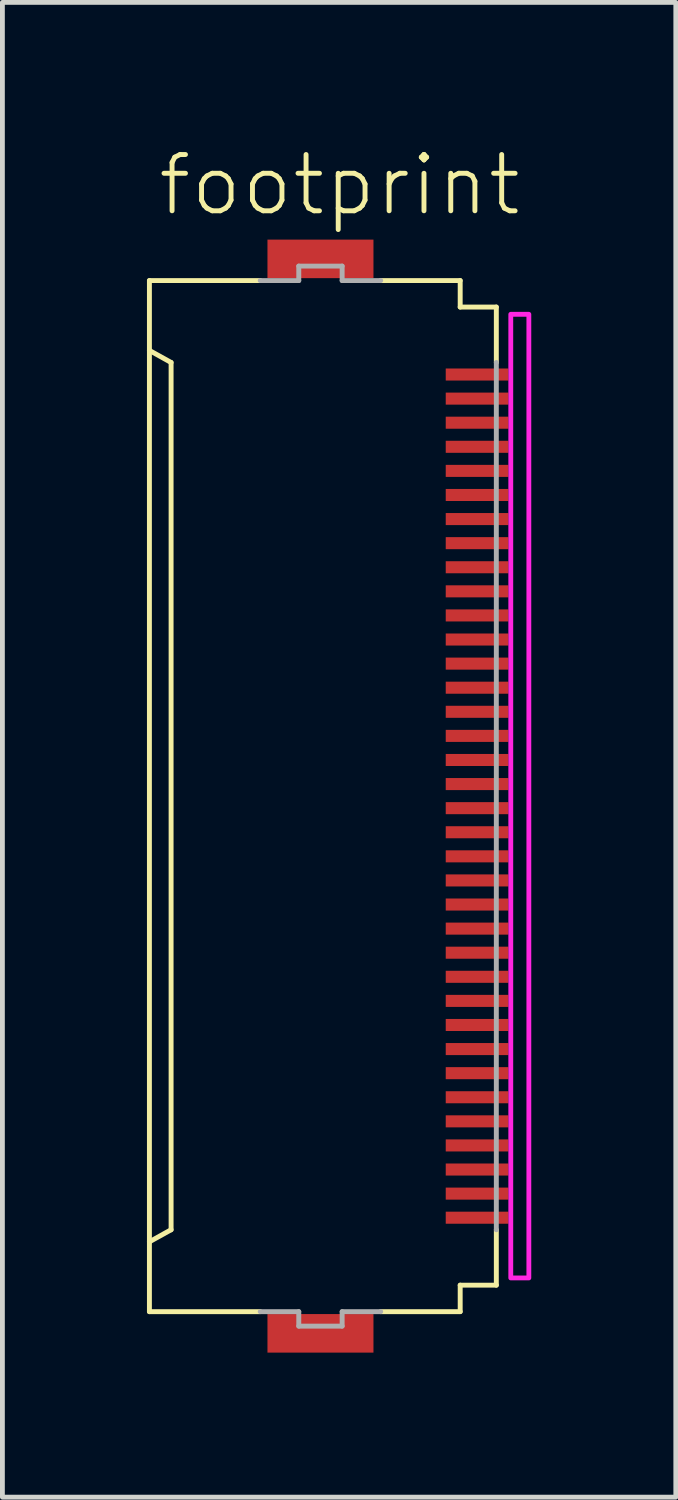
<source format=kicad_pcb>
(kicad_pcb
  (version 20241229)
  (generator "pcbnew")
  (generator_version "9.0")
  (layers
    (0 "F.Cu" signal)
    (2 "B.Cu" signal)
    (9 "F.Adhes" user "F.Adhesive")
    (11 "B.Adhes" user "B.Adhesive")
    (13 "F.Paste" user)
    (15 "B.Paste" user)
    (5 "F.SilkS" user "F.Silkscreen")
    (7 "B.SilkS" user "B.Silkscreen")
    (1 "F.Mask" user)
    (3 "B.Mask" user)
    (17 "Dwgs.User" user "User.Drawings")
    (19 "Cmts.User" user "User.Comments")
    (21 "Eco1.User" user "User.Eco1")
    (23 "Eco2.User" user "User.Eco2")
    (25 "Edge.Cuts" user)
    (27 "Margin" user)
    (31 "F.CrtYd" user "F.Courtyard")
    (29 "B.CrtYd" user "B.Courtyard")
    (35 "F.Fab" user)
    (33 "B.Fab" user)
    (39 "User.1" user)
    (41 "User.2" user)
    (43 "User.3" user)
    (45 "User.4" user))
  (footprint "footprint"
    (layer "F.Cu")
    (at 3.676 13.473)
    (property "Reference" "footprint" (at -3.5 -12 0) (layer "F.SilkS") (effects (font (size 1.168 1.168) (thickness 0.102)) (justify left bottom)))
    (fp_poly (pts (xy 2.475 -8.575) (xy 3.875 -8.575) (xy 3.875 -8.925) (xy 2.475 -8.925)) (stroke (width 0) (type solid)) (fill yes) (layer "F.Mask"))
    (fp_poly (pts (xy 2.475 -8.075) (xy 3.875 -8.075) (xy 3.875 -8.425) (xy 2.475 -8.425)) (stroke (width 0) (type solid)) (fill yes) (layer "F.Mask"))
    (fp_poly (pts (xy 2.475 -7.575) (xy 3.875 -7.575) (xy 3.875 -7.925) (xy 2.475 -7.925)) (stroke (width 0) (type solid)) (fill yes) (layer "F.Mask"))
    (fp_poly (pts (xy 2.475 -7.075) (xy 3.875 -7.075) (xy 3.875 -7.425) (xy 2.475 -7.425)) (stroke (width 0) (type solid)) (fill yes) (layer "F.Mask"))
    (fp_poly (pts (xy 2.475 -6.575) (xy 3.875 -6.575) (xy 3.875 -6.925) (xy 2.475 -6.925)) (stroke (width 0) (type solid)) (fill yes) (layer "F.Mask"))
    (fp_poly (pts (xy 2.475 -6.075) (xy 3.875 -6.075) (xy 3.875 -6.425) (xy 2.475 -6.425)) (stroke (width 0) (type solid)) (fill yes) (layer "F.Mask"))
    (fp_poly (pts (xy 2.475 -5.575) (xy 3.875 -5.575) (xy 3.875 -5.925) (xy 2.475 -5.925)) (stroke (width 0) (type solid)) (fill yes) (layer "F.Mask"))
    (fp_poly (pts (xy 2.475 -5.075) (xy 3.875 -5.075) (xy 3.875 -5.425) (xy 2.475 -5.425)) (stroke (width 0) (type solid)) (fill yes) (layer "F.Mask"))
    (fp_poly (pts (xy 2.475 -4.575) (xy 3.875 -4.575) (xy 3.875 -4.925) (xy 2.475 -4.925)) (stroke (width 0) (type solid)) (fill yes) (layer "F.Mask"))
    (fp_poly (pts (xy 2.475 -4.075) (xy 3.875 -4.075) (xy 3.875 -4.425) (xy 2.475 -4.425)) (stroke (width 0) (type solid)) (fill yes) (layer "F.Mask"))
    (fp_poly (pts (xy 2.475 -3.575) (xy 3.875 -3.575) (xy 3.875 -3.925) (xy 2.475 -3.925)) (stroke (width 0) (type solid)) (fill yes) (layer "F.Mask"))
    (fp_poly (pts (xy 2.475 -3.075) (xy 3.875 -3.075) (xy 3.875 -3.425) (xy 2.475 -3.425)) (stroke (width 0) (type solid)) (fill yes) (layer "F.Mask"))
    (fp_poly (pts (xy 2.475 -2.575) (xy 3.875 -2.575) (xy 3.875 -2.925) (xy 2.475 -2.925)) (stroke (width 0) (type solid)) (fill yes) (layer "F.Mask"))
    (fp_poly (pts (xy 2.475 -2.075) (xy 3.875 -2.075) (xy 3.875 -2.425) (xy 2.475 -2.425)) (stroke (width 0) (type solid)) (fill yes) (layer "F.Mask"))
    (fp_poly (pts (xy 2.475 -1.575) (xy 3.875 -1.575) (xy 3.875 -1.925) (xy 2.475 -1.925)) (stroke (width 0) (type solid)) (fill yes) (layer "F.Mask"))
    (fp_poly (pts (xy 2.475 -1.075) (xy 3.875 -1.075) (xy 3.875 -1.425) (xy 2.475 -1.425)) (stroke (width 0) (type solid)) (fill yes) (layer "F.Mask"))
    (fp_poly (pts (xy 2.475 -0.575) (xy 3.875 -0.575) (xy 3.875 -0.925) (xy 2.475 -0.925)) (stroke (width 0) (type solid)) (fill yes) (layer "F.Mask"))
    (fp_poly (pts (xy 2.475 -0.075) (xy 3.875 -0.075) (xy 3.875 -0.425) (xy 2.475 -0.425)) (stroke (width 0) (type solid)) (fill yes) (layer "F.Mask"))
    (fp_poly (pts (xy 2.475 0.425) (xy 3.875 0.425) (xy 3.875 0.075) (xy 2.475 0.075)) (stroke (width 0) (type solid)) (fill yes) (layer "F.Mask"))
    (fp_poly (pts (xy 2.475 0.925) (xy 3.875 0.925) (xy 3.875 0.575) (xy 2.475 0.575)) (stroke (width 0) (type solid)) (fill yes) (layer "F.Mask"))
    (fp_poly (pts (xy 2.475 1.425) (xy 3.875 1.425) (xy 3.875 1.075) (xy 2.475 1.075)) (stroke (width 0) (type solid)) (fill yes) (layer "F.Mask"))
    (fp_poly (pts (xy 2.475 1.925) (xy 3.875 1.925) (xy 3.875 1.575) (xy 2.475 1.575)) (stroke (width 0) (type solid)) (fill yes) (layer "F.Mask"))
    (fp_poly (pts (xy 2.475 2.425) (xy 3.875 2.425) (xy 3.875 2.075) (xy 2.475 2.075)) (stroke (width 0) (type solid)) (fill yes) (layer "F.Mask"))
    (fp_poly (pts (xy 2.475 2.925) (xy 3.875 2.925) (xy 3.875 2.575) (xy 2.475 2.575)) (stroke (width 0) (type solid)) (fill yes) (layer "F.Mask"))
    (fp_poly (pts (xy 2.475 3.425) (xy 3.875 3.425) (xy 3.875 3.075) (xy 2.475 3.075)) (stroke (width 0) (type solid)) (fill yes) (layer "F.Mask"))
    (fp_poly (pts (xy 2.475 3.925) (xy 3.875 3.925) (xy 3.875 3.575) (xy 2.475 3.575)) (stroke (width 0) (type solid)) (fill yes) (layer "F.Mask"))
    (fp_poly (pts (xy 2.475 4.425) (xy 3.875 4.425) (xy 3.875 4.075) (xy 2.475 4.075)) (stroke (width 0) (type solid)) (fill yes) (layer "F.Mask"))
    (fp_poly (pts (xy 2.475 4.925) (xy 3.875 4.925) (xy 3.875 4.575) (xy 2.475 4.575)) (stroke (width 0) (type solid)) (fill yes) (layer "F.Mask"))
    (fp_poly (pts (xy 2.475 5.425) (xy 3.875 5.425) (xy 3.875 5.075) (xy 2.475 5.075)) (stroke (width 0) (type solid)) (fill yes) (layer "F.Mask"))
    (fp_poly (pts (xy 2.475 5.925) (xy 3.875 5.925) (xy 3.875 5.575) (xy 2.475 5.575)) (stroke (width 0) (type solid)) (fill yes) (layer "F.Mask"))
    (fp_poly (pts (xy 2.475 6.425) (xy 3.875 6.425) (xy 3.875 6.075) (xy 2.475 6.075)) (stroke (width 0) (type solid)) (fill yes) (layer "F.Mask"))
    (fp_poly (pts (xy 2.475 6.925) (xy 3.875 6.925) (xy 3.875 6.575) (xy 2.475 6.575)) (stroke (width 0) (type solid)) (fill yes) (layer "F.Mask"))
    (fp_poly (pts (xy 2.475 7.425) (xy 3.875 7.425) (xy 3.875 7.075) (xy 2.475 7.075)) (stroke (width 0) (type solid)) (fill yes) (layer "F.Mask"))
    (fp_poly (pts (xy 2.475 7.925) (xy 3.875 7.925) (xy 3.875 7.575) (xy 2.475 7.575)) (stroke (width 0) (type solid)) (fill yes) (layer "F.Mask"))
    (fp_poly (pts (xy 2.475 8.425) (xy 3.875 8.425) (xy 3.875 8.075) (xy 2.475 8.075)) (stroke (width 0) (type solid)) (fill yes) (layer "F.Mask"))
    (fp_poly (pts (xy 2.475 8.925) (xy 3.875 8.925) (xy 3.875 8.575) (xy 2.475 8.575)) (stroke (width 0) (type solid)) (fill yes) (layer "F.Mask"))
    (fp_line (start -3.625 -10.7) (end -1.325 -10.7) (stroke (width 0.102) (type solid)) (layer "F.SilkS"))
    (fp_line (start -3.625 -9.25) (end -3.625 -10.7) (stroke (width 0.102) (type solid)) (layer "F.SilkS"))
    (fp_line (start -3.625 -9.25) (end -3.625 9.25) (stroke (width 0.102) (type solid)) (layer "F.SilkS"))
    (fp_line (start -3.625 9.25) (end -3.175 9) (stroke (width 0.102) (type solid)) (layer "F.SilkS"))
    (fp_line (start -3.625 10.7) (end -3.625 9.25) (stroke (width 0.102) (type solid)) (layer "F.SilkS"))
    (fp_line (start -3.175 -9) (end -3.625 -9.25) (stroke (width 0.102) (type solid)) (layer "F.SilkS"))
    (fp_line (start -3.175 9) (end -3.175 -9) (stroke (width 0.102) (type solid)) (layer "F.SilkS"))
    (fp_line (start -1.325 10.7) (end -3.625 10.7) (stroke (width 0.102) (type solid)) (layer "F.SilkS"))
    (fp_line (start 1.175 -10.7) (end 2.825 -10.7) (stroke (width 0.102) (type solid)) (layer "F.SilkS"))
    (fp_line (start 1.175 10.7) (end 2.825 10.7) (stroke (width 0.102) (type solid)) (layer "F.SilkS"))
    (fp_line (start 2.825 -10.7) (end 2.825 -10.15) (stroke (width 0.102) (type solid)) (layer "F.SilkS"))
    (fp_line (start 2.825 -10.15) (end 3.575 -10.15) (stroke (width 0.102) (type solid)) (layer "F.SilkS"))
    (fp_line (start 2.825 10.15) (end 2.825 10.7) (stroke (width 0.102) (type solid)) (layer "F.SilkS"))
    (fp_line (start 2.825 10.15) (end 3.575 10.15) (stroke (width 0.102) (type solid)) (layer "F.SilkS"))
    (fp_line (start 3.575 -10.15) (end 3.575 -9) (stroke (width 0.102) (type solid)) (layer "F.SilkS"))
    (fp_line (start 3.575 9) (end 3.575 10.15) (stroke (width 0.102) (type solid)) (layer "F.SilkS"))
    (fp_poly (pts (xy 3.875 10) (xy 4.25 10) (xy 4.25 -10) (xy 3.875 -10)) (stroke (width 0.1) (type solid)) (fill no) (layer "F.CrtYd"))
    (fp_line (start -1.325 -10.7) (end -0.525 -10.7) (stroke (width 0.102) (type solid)) (layer "F.Fab"))
    (fp_line (start -0.525 -11) (end 0.375 -11) (stroke (width 0.102) (type solid)) (layer "F.Fab"))
    (fp_line (start -0.525 -10.7) (end -0.525 -11) (stroke (width 0.102) (type solid)) (layer "F.Fab"))
    (fp_line (start -0.525 10.7) (end -1.325 10.7) (stroke (width 0.102) (type solid)) (layer "F.Fab"))
    (fp_line (start -0.525 11) (end -0.525 10.7) (stroke (width 0.102) (type solid)) (layer "F.Fab"))
    (fp_line (start 0.375 -11) (end 0.375 -10.7) (stroke (width 0.102) (type solid)) (layer "F.Fab"))
    (fp_line (start 0.375 -10.7) (end 1.175 -10.7) (stroke (width 0.102) (type solid)) (layer "F.Fab"))
    (fp_line (start 0.375 10.7) (end 0.375 11) (stroke (width 0.102) (type solid)) (layer "F.Fab"))
    (fp_line (start 0.375 11) (end -0.525 11) (stroke (width 0.102) (type solid)) (layer "F.Fab"))
    (fp_line (start 1.175 10.7) (end 0.375 10.7) (stroke (width 0.102) (type solid)) (layer "F.Fab"))
    (fp_line (start 3.575 -9) (end 3.575 9) (stroke (width 0.102) (type solid)) (layer "F.Fab"))
    (pad "1" smd rect (at 3.175 -8.75) (size 1.3 0.25) (layers "F.Cu" "F.Paste"))
    (pad "2" smd rect (at 3.175 -8.25) (size 1.3 0.25) (layers "F.Cu" "F.Paste"))
    (pad "3" smd rect (at 3.175 -7.75) (size 1.3 0.25) (layers "F.Cu" "F.Paste"))
    (pad "4" smd rect (at 3.175 -7.25) (size 1.3 0.25) (layers "F.Cu" "F.Paste"))
    (pad "5" smd rect (at 3.175 -6.75) (size 1.3 0.25) (layers "F.Cu" "F.Paste"))
    (pad "6" smd rect (at 3.175 -6.25) (size 1.3 0.25) (layers "F.Cu" "F.Paste"))
    (pad "7" smd rect (at 3.175 -5.75) (size 1.3 0.25) (layers "F.Cu" "F.Paste"))
    (pad "8" smd rect (at 3.175 -5.25) (size 1.3 0.25) (layers "F.Cu" "F.Paste"))
    (pad "9" smd rect (at 3.175 -4.75) (size 1.3 0.25) (layers "F.Cu" "F.Paste"))
    (pad "10" smd rect (at 3.175 -4.25) (size 1.3 0.25) (layers "F.Cu" "F.Paste"))
    (pad "11" smd rect (at 3.175 -3.75) (size 1.3 0.25) (layers "F.Cu" "F.Paste"))
    (pad "12" smd rect (at 3.175 -3.25) (size 1.3 0.25) (layers "F.Cu" "F.Paste"))
    (pad "13" smd rect (at 3.175 -2.75) (size 1.3 0.25) (layers "F.Cu" "F.Paste"))
    (pad "14" smd rect (at 3.175 -2.25) (size 1.3 0.25) (layers "F.Cu" "F.Paste"))
    (pad "15" smd rect (at 3.175 -1.75) (size 1.3 0.25) (layers "F.Cu" "F.Paste"))
    (pad "16" smd rect (at 3.175 -1.25) (size 1.3 0.25) (layers "F.Cu" "F.Paste"))
    (pad "17" smd rect (at 3.175 -0.75) (size 1.3 0.25) (layers "F.Cu" "F.Paste"))
    (pad "18" smd rect (at 3.175 -0.25) (size 1.3 0.25) (layers "F.Cu" "F.Paste"))
    (pad "19" smd rect (at 3.175 0.25) (size 1.3 0.25) (layers "F.Cu" "F.Paste"))
    (pad "20" smd rect (at 3.175 0.75) (size 1.3 0.25) (layers "F.Cu" "F.Paste"))
    (pad "21" smd rect (at 3.175 1.25) (size 1.3 0.25) (layers "F.Cu" "F.Paste"))
    (pad "22" smd rect (at 3.175 1.75) (size 1.3 0.25) (layers "F.Cu" "F.Paste"))
    (pad "23" smd rect (at 3.175 2.25) (size 1.3 0.25) (layers "F.Cu" "F.Paste"))
    (pad "24" smd rect (at 3.175 2.75) (size 1.3 0.25) (layers "F.Cu" "F.Paste"))
    (pad "25" smd rect (at 3.175 3.25) (size 1.3 0.25) (layers "F.Cu" "F.Paste"))
    (pad "26" smd rect (at 3.175 3.75) (size 1.3 0.25) (layers "F.Cu" "F.Paste"))
    (pad "27" smd rect (at 3.175 4.25) (size 1.3 0.25) (layers "F.Cu" "F.Paste"))
    (pad "28" smd rect (at 3.175 4.75) (size 1.3 0.25) (layers "F.Cu" "F.Paste"))
    (pad "29" smd rect (at 3.175 5.25) (size 1.3 0.25) (layers "F.Cu" "F.Paste"))
    (pad "30" smd rect (at 3.175 5.75) (size 1.3 0.25) (layers "F.Cu" "F.Paste"))
    (pad "31" smd rect (at 3.175 6.25) (size 1.3 0.25) (layers "F.Cu" "F.Paste"))
    (pad "32" smd rect (at 3.175 6.75) (size 1.3 0.25) (layers "F.Cu" "F.Paste"))
    (pad "33" smd rect (at 3.175 7.25) (size 1.3 0.25) (layers "F.Cu" "F.Paste"))
    (pad "34" smd rect (at 3.175 7.75) (size 1.3 0.25) (layers "F.Cu" "F.Paste"))
    (pad "35" smd rect (at 3.175 8.25) (size 1.3 0.25) (layers "F.Cu" "F.Paste"))
    (pad "36" smd rect (at 3.175 8.75) (size 1.3 0.25) (layers "F.Cu" "F.Paste"))
    (pad "M1" smd rect (at -0.075 -11.15) (size 2.2 0.8) (layers "F.Cu" "F.Mask" "F.Paste"))
    (pad "M2" smd rect (at -0.075 11.15) (size 2.2 0.8) (layers "F.Cu" "F.Mask" "F.Paste"))
    (zone (net_name "") (layers "F.Cu" "B.Cu") (hatch edge 0.508) (connect_pads) (min_thickness 0.254) (filled_areas_thickness no) (keepout (tracks allowed) (vias not_allowed) (pads allowed) (copperpour allowed) (footprints allowed)) (placement (enabled no)) (fill) (polygon (pts (xy 3.901 22.473) (xy 6.151 22.473) (xy 6.151 4.473) (xy 3.901 4.473)))))
  (gr_rect
    (start -3 -3)
    (end 10.976 28.023)
    (stroke (width 0.1) (type default))
    (fill no)
    (layer "Edge.Cuts")))
</source>
